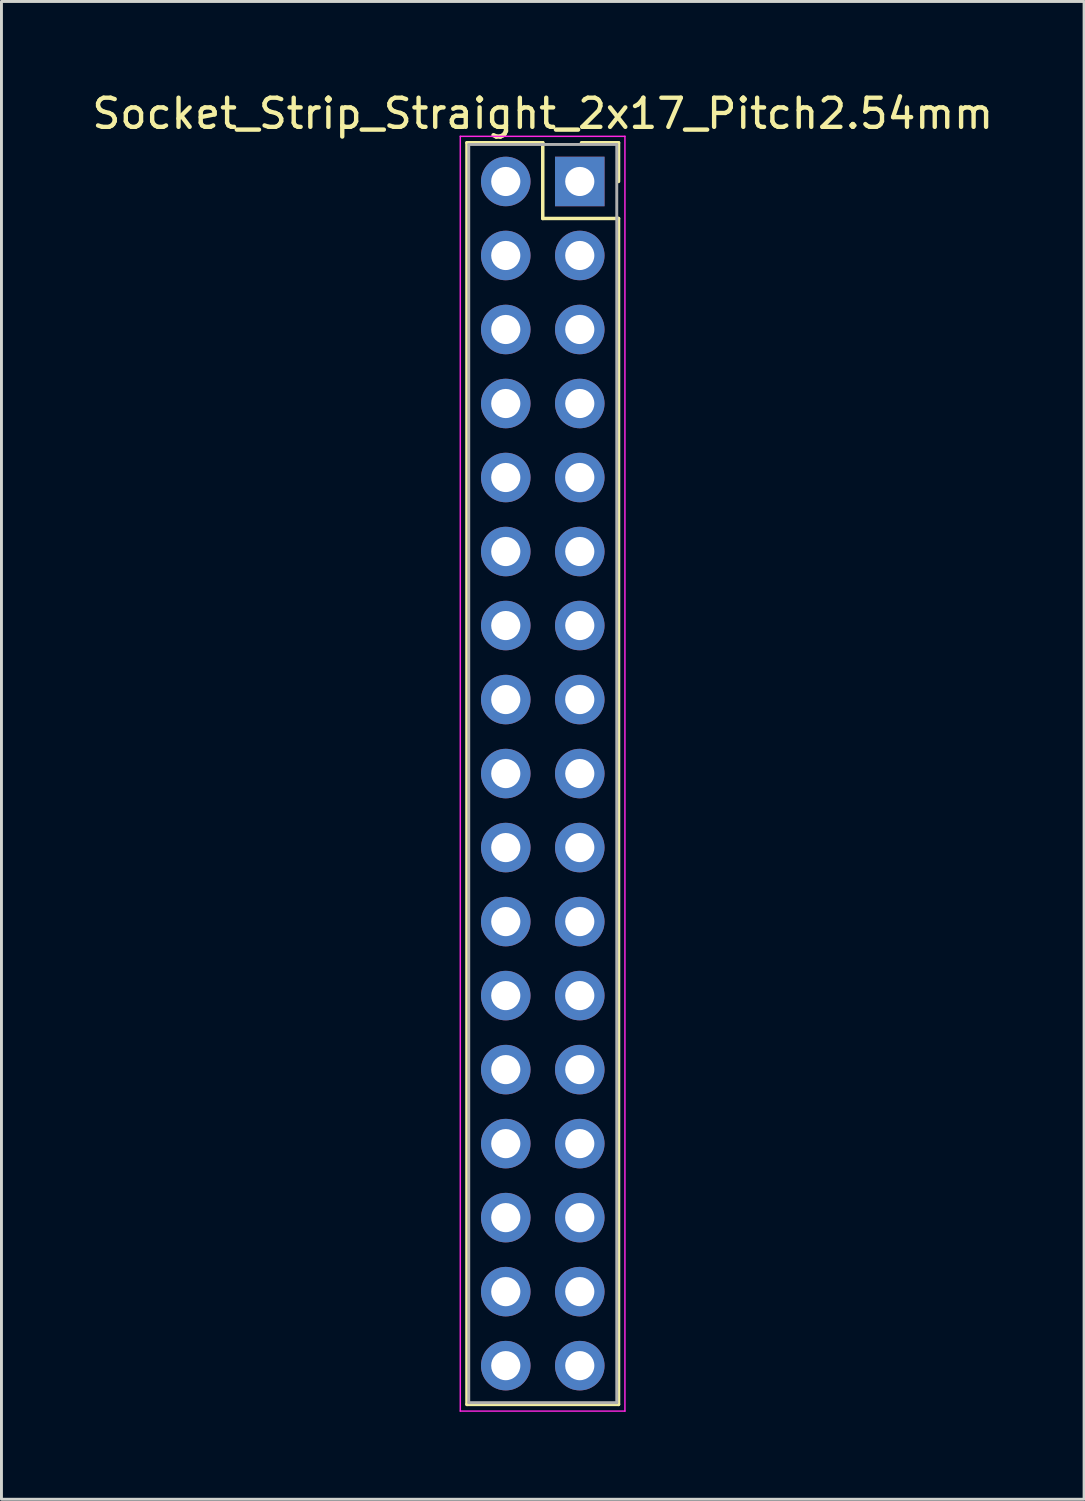
<source format=kicad_pcb>
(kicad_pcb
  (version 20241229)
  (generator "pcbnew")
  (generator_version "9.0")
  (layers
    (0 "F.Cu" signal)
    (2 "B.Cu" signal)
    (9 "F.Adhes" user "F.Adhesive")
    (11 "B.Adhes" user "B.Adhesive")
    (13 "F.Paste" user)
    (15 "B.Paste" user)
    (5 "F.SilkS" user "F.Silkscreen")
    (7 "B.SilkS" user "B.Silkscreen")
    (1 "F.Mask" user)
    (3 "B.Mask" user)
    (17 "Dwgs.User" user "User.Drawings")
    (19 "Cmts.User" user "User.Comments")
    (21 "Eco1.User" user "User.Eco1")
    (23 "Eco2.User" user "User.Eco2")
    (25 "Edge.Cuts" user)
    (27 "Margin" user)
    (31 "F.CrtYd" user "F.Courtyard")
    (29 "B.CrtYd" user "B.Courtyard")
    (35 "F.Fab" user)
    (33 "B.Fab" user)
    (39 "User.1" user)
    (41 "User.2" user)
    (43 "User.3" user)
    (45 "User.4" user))
  (footprint "Socket_Strip_Straight_2x17_Pitch2.54mm"
    (layer "F.Cu")
    (at 16.847 3.178)
    (property "Reference" "Socket_Strip_Straight_2x17_Pitch2.54mm" (at -1.27 -2.33 0) (layer "F.SilkS") (effects (font (size 1 1) (thickness 0.15))))
    (attr through_hole)
    (fp_line (start -3.87 -1.33) (end -1.27 -1.33) (stroke (width 0.12) (type solid)) (layer "F.SilkS"))
    (fp_line (start -3.87 41.97) (end -3.87 -1.33) (stroke (width 0.12) (type solid)) (layer "F.SilkS"))
    (fp_line (start -1.27 -1.33) (end -1.27 1.27) (stroke (width 0.12) (type solid)) (layer "F.SilkS"))
    (fp_line (start -1.27 1.27) (end 1.33 1.27) (stroke (width 0.12) (type solid)) (layer "F.SilkS"))
    (fp_line (start 1.33 -1.33) (end 0.06 -1.33) (stroke (width 0.12) (type solid)) (layer "F.SilkS"))
    (fp_line (start 1.33 0) (end 1.33 -1.33) (stroke (width 0.12) (type solid)) (layer "F.SilkS"))
    (fp_line (start 1.33 1.27) (end 1.33 41.97) (stroke (width 0.12) (type solid)) (layer "F.SilkS"))
    (fp_line (start 1.33 41.97) (end -3.87 41.97) (stroke (width 0.12) (type solid)) (layer "F.SilkS"))
    (fp_line (start -4.1 -1.55) (end -4.1 42.2) (stroke (width 0.05) (type solid)) (layer "F.CrtYd"))
    (fp_line (start -4.1 42.2) (end 1.55 42.2) (stroke (width 0.05) (type solid)) (layer "F.CrtYd"))
    (fp_line (start 1.55 -1.55) (end -4.1 -1.55) (stroke (width 0.05) (type solid)) (layer "F.CrtYd"))
    (fp_line (start 1.55 42.2) (end 1.55 -1.55) (stroke (width 0.05) (type solid)) (layer "F.CrtYd"))
    (fp_line (start -3.81 -1.27) (end -3.81 41.91) (stroke (width 0.1) (type solid)) (layer "F.Fab"))
    (fp_line (start -3.81 41.91) (end 1.27 41.91) (stroke (width 0.1) (type solid)) (layer "F.Fab"))
    (fp_line (start 1.27 -1.27) (end -3.81 -1.27) (stroke (width 0.1) (type solid)) (layer "F.Fab"))
    (fp_line (start 1.27 41.91) (end 1.27 -1.27) (stroke (width 0.1) (type solid)) (layer "F.Fab"))
    (pad "1" thru_hole rect (at 0 0) (size 1.7 1.7) (drill 1) (layers "*.Cu" "*.Mask"))
    (pad "2" thru_hole oval (at -2.54 0) (size 1.7 1.7) (drill 1) (layers "*.Cu" "*.Mask"))
    (pad "3" thru_hole oval (at 0 2.54) (size 1.7 1.7) (drill 1) (layers "*.Cu" "*.Mask"))
    (pad "4" thru_hole oval (at -2.54 2.54) (size 1.7 1.7) (drill 1) (layers "*.Cu" "*.Mask"))
    (pad "5" thru_hole oval (at 0 5.08) (size 1.7 1.7) (drill 1) (layers "*.Cu" "*.Mask"))
    (pad "6" thru_hole oval (at -2.54 5.08) (size 1.7 1.7) (drill 1) (layers "*.Cu" "*.Mask"))
    (pad "7" thru_hole oval (at 0 7.62) (size 1.7 1.7) (drill 1) (layers "*.Cu" "*.Mask"))
    (pad "8" thru_hole oval (at -2.54 7.62) (size 1.7 1.7) (drill 1) (layers "*.Cu" "*.Mask"))
    (pad "9" thru_hole oval (at 0 10.16) (size 1.7 1.7) (drill 1) (layers "*.Cu" "*.Mask"))
    (pad "10" thru_hole oval (at -2.54 10.16) (size 1.7 1.7) (drill 1) (layers "*.Cu" "*.Mask"))
    (pad "11" thru_hole oval (at 0 12.7) (size 1.7 1.7) (drill 1) (layers "*.Cu" "*.Mask"))
    (pad "12" thru_hole oval (at -2.54 12.7) (size 1.7 1.7) (drill 1) (layers "*.Cu" "*.Mask"))
    (pad "13" thru_hole oval (at 0 15.24) (size 1.7 1.7) (drill 1) (layers "*.Cu" "*.Mask"))
    (pad "14" thru_hole oval (at -2.54 15.24) (size 1.7 1.7) (drill 1) (layers "*.Cu" "*.Mask"))
    (pad "15" thru_hole oval (at 0 17.78) (size 1.7 1.7) (drill 1) (layers "*.Cu" "*.Mask"))
    (pad "16" thru_hole oval (at -2.54 17.78) (size 1.7 1.7) (drill 1) (layers "*.Cu" "*.Mask"))
    (pad "17" thru_hole oval (at 0 20.32) (size 1.7 1.7) (drill 1) (layers "*.Cu" "*.Mask"))
    (pad "18" thru_hole oval (at -2.54 20.32) (size 1.7 1.7) (drill 1) (layers "*.Cu" "*.Mask"))
    (pad "19" thru_hole oval (at 0 22.86) (size 1.7 1.7) (drill 1) (layers "*.Cu" "*.Mask"))
    (pad "20" thru_hole oval (at -2.54 22.86) (size 1.7 1.7) (drill 1) (layers "*.Cu" "*.Mask"))
    (pad "21" thru_hole oval (at 0 25.4) (size 1.7 1.7) (drill 1) (layers "*.Cu" "*.Mask"))
    (pad "22" thru_hole oval (at -2.54 25.4) (size 1.7 1.7) (drill 1) (layers "*.Cu" "*.Mask"))
    (pad "23" thru_hole oval (at 0 27.94) (size 1.7 1.7) (drill 1) (layers "*.Cu" "*.Mask"))
    (pad "24" thru_hole oval (at -2.54 27.94) (size 1.7 1.7) (drill 1) (layers "*.Cu" "*.Mask"))
    (pad "25" thru_hole oval (at 0 30.48) (size 1.7 1.7) (drill 1) (layers "*.Cu" "*.Mask"))
    (pad "26" thru_hole oval (at -2.54 30.48) (size 1.7 1.7) (drill 1) (layers "*.Cu" "*.Mask"))
    (pad "27" thru_hole oval (at 0 33.02) (size 1.7 1.7) (drill 1) (layers "*.Cu" "*.Mask"))
    (pad "28" thru_hole oval (at -2.54 33.02) (size 1.7 1.7) (drill 1) (layers "*.Cu" "*.Mask"))
    (pad "29" thru_hole oval (at 0 35.56) (size 1.7 1.7) (drill 1) (layers "*.Cu" "*.Mask"))
    (pad "30" thru_hole oval (at -2.54 35.56) (size 1.7 1.7) (drill 1) (layers "*.Cu" "*.Mask"))
    (pad "31" thru_hole oval (at 0 38.1) (size 1.7 1.7) (drill 1) (layers "*.Cu" "*.Mask"))
    (pad "32" thru_hole oval (at -2.54 38.1) (size 1.7 1.7) (drill 1) (layers "*.Cu" "*.Mask"))
    (pad "33" thru_hole oval (at 0 40.64) (size 1.7 1.7) (drill 1) (layers "*.Cu" "*.Mask"))
    (pad "34" thru_hole oval (at -2.54 40.64) (size 1.7 1.7) (drill 1) (layers "*.Cu" "*.Mask")))
  (gr_rect
    (start -3 -3)
    (end 34.155 48.403)
    (stroke (width 0.1) (type default))
    (fill no)
    (layer "Edge.Cuts")))
</source>
